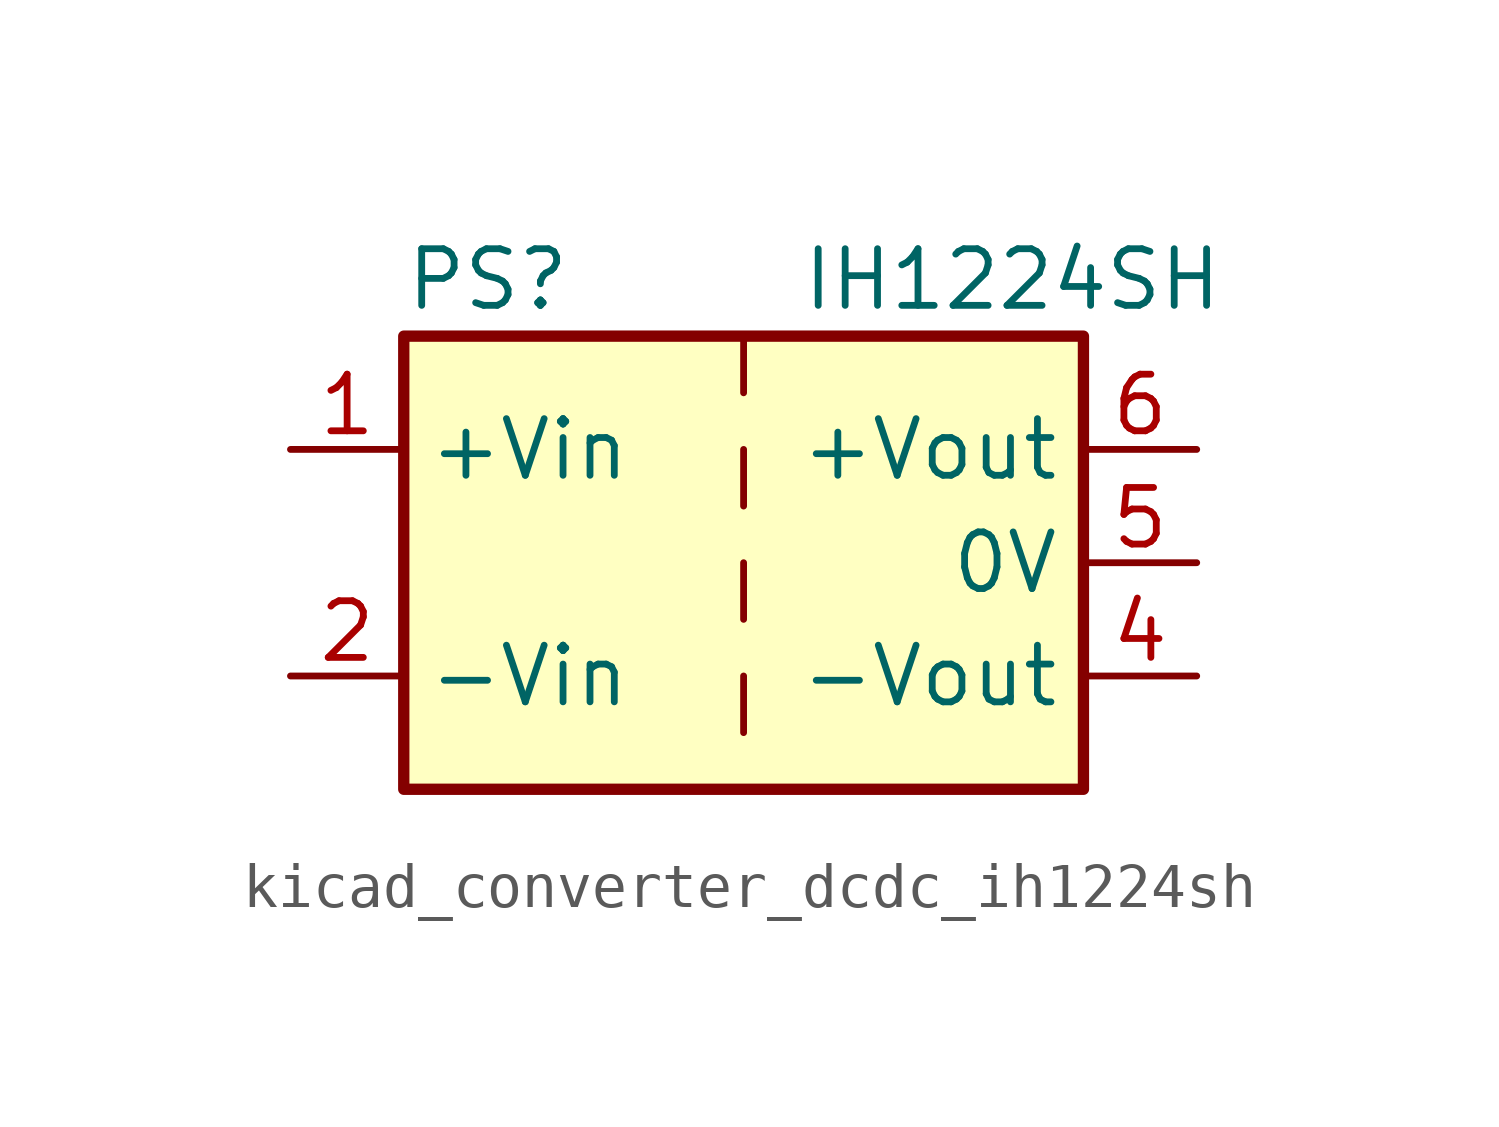
<source format=kicad_sym>
(kicad_symbol_lib
  (version 20220914)
  (generator kicad_symbol_editor)
  (symbol "kicad_converter_dcdc_ih1224sh"
    (property "Reference" "PS"
      (at -7.62 6.35 0)
      (effects (font (size 1.27 1.27)) (justify left)))
    (property "Value" "IH1224SH"
      (at 1.27 6.35 0)
      (effects (font (size 1.27 1.27)) (justify left)))
    (symbol "kicad_converter_dcdc_ih1224sh_0_0"
      (pin power_in line (at -10.16 2.54 0) (length 2.54) (name "+Vin" (effects (font (size 1.27 1.27)))) (number "1" (effects (font (size 1.27 1.27)))))
      (pin power_in line (at -10.16 -2.54 0) (length 2.54) (name "-Vin" (effects (font (size 1.27 1.27)))) (number "2" (effects (font (size 1.27 1.27)))))
      (pin power_out line (at 10.16 -2.54 180) (length 2.54) (name "-Vout" (effects (font (size 1.27 1.27)))) (number "4" (effects (font (size 1.27 1.27)))))
      (pin power_out line (at 10.16 0 180) (length 2.54) (name "0V" (effects (font (size 1.27 1.27)))) (number "5" (effects (font (size 1.27 1.27)))))
      (pin power_out line (at 10.16 2.54 180) (length 2.54) (name "+Vout" (effects (font (size 1.27 1.27)))) (number "6" (effects (font (size 1.27 1.27))))))
    (symbol "kicad_converter_dcdc_ih1224sh_0_1"
      (rectangle (start -7.62 5.08) (end 7.62 -5.08) (stroke (width 0.254) (type default)) (fill (type background)))
      (polyline (pts (xy 0 -2.54) (xy 0 -3.81)) (stroke (width 0) (type default)) (fill (type none)))
      (polyline (pts (xy 0 0) (xy 0 -1.27)) (stroke (width 0) (type default)) (fill (type none)))
      (polyline (pts (xy 0 2.54) (xy 0 1.27)) (stroke (width 0) (type default)) (fill (type none)))
      (polyline (pts (xy 0 5.08) (xy 0 3.81)) (stroke (width 0) (type default)) (fill (type none))))))
</source>
